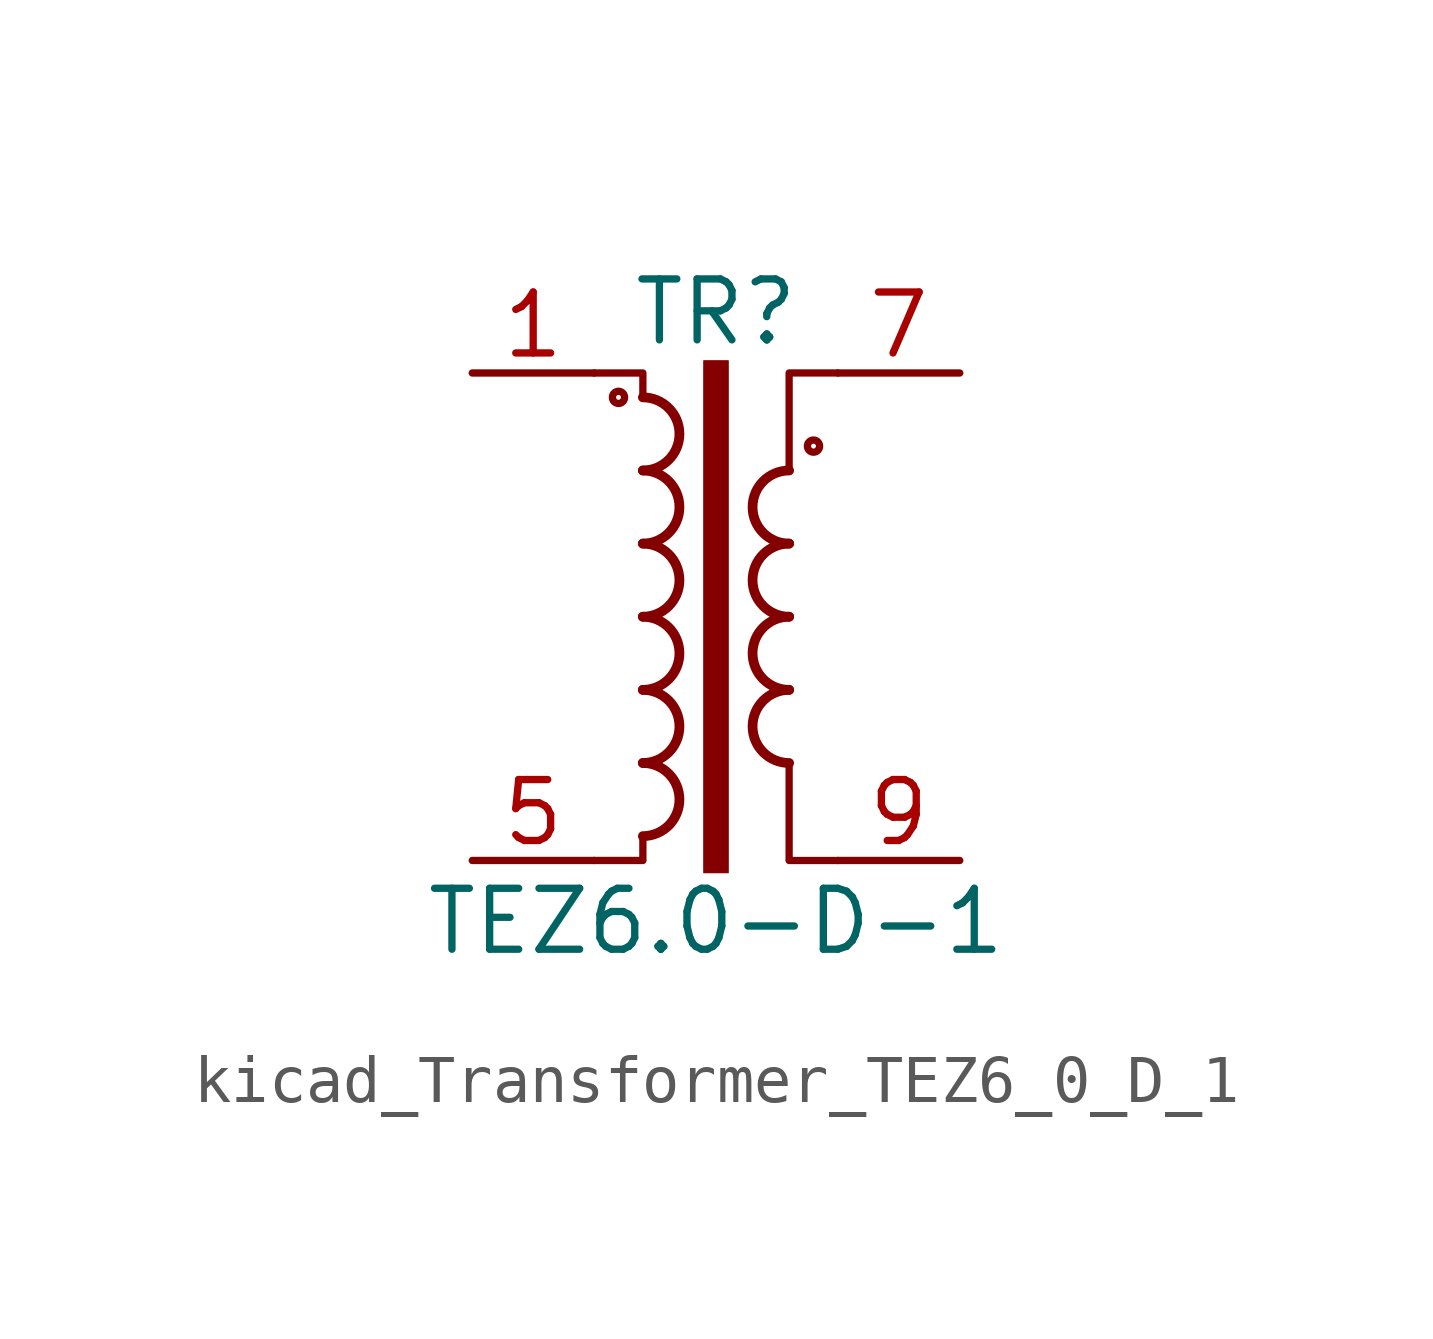
<source format=kicad_sym>
(kicad_symbol_lib
  (version 20220914)
  (generator kicad_symbol_editor)
  (symbol "kicad_Transformer_TEZ6_0_D_1"
    (pin_names
      (offset 0.025))
    (property "Reference" "TR"
      (at 0 6.35 0)
      (effects (font (size 1.27 1.27))))
    (property "Value" "TEZ6.0-D-1"
      (at 0 -6.35 0)
      (effects (font (size 1.27 1.27))))
    (symbol "kicad_Transformer_TEZ6_0_D_1_0_1"
      (circle (center -2.032 4.572) (radius 0.127) (stroke (width 0) (type default)) (fill (type none)))
      (arc (start -1.524 -4.572) (mid -0.7653 -3.81) (end -1.524 -3.048) (stroke (width 0.2032) (type default)) (fill (type none)))
      (arc (start -1.524 -3.048) (mid -0.7653 -2.286) (end -1.524 -1.524) (stroke (width 0.2032) (type default)) (fill (type none)))
      (arc (start -1.524 -1.524) (mid -0.7653 -0.762) (end -1.524 0) (stroke (width 0.2032) (type default)) (fill (type none)))
      (arc (start -1.524 0) (mid -0.7653 0.762) (end -1.524 1.524) (stroke (width 0.2032) (type default)) (fill (type none)))
      (arc (start -1.524 1.524) (mid -0.7653 2.286) (end -1.524 3.048) (stroke (width 0.2032) (type default)) (fill (type none)))
      (arc (start -1.524 3.048) (mid -0.7653 3.81) (end -1.524 4.572) (stroke (width 0.2032) (type default)) (fill (type none)))
      (rectangle (start -0.254 5.334) (end 0.254 -5.334) (stroke (width 0.025) (type default)) (fill (type outline)))
      (polyline (pts (xy -1.524 -4.572) (xy -1.524 -5.08) (xy -2.54 -5.08)) (stroke (width 0) (type default)) (fill (type none)))
      (polyline (pts (xy -1.524 4.572) (xy -1.524 5.08) (xy -2.54 5.08)) (stroke (width 0) (type default)) (fill (type none)))
      (polyline (pts (xy 1.524 3.048) (xy 1.524 5.08) (xy 2.54 5.08) (xy 2.54 5.08)) (stroke (width 0.152) (type default)) (fill (type none)))
      (polyline (pts (xy 2.54 -5.08) (xy 1.524 -5.08) (xy 1.524 -3.048) (xy 1.524 -3.048)) (stroke (width 0.152) (type default)) (fill (type none)))
      (arc (start 1.524 -1.524) (mid 0.7653 -2.286) (end 1.524 -3.048) (stroke (width 0.2032) (type default)) (fill (type none)))
      (arc (start 1.524 0) (mid 0.7653 -0.762) (end 1.524 -1.524) (stroke (width 0.2032) (type default)) (fill (type none)))
      (arc (start 1.524 1.524) (mid 0.7653 0.762) (end 1.524 0) (stroke (width 0.2032) (type default)) (fill (type none)))
      (arc (start 1.524 3.048) (mid 0.7653 2.286) (end 1.524 1.524) (stroke (width 0.2032) (type default)) (fill (type none)))
      (circle (center 2.032 3.556) (radius 0.127) (stroke (width 0) (type default)) (fill (type none))))
    (symbol "kicad_Transformer_TEZ6_0_D_1_1_1"
      (pin passive line (at -5.08 5.08 0) (length 2.54) (name "~" (effects (font (size 1.27 1.27)))) (number "1" (effects (font (size 1.27 1.27)))))
      (pin passive line (at -5.08 -5.08 0) (length 2.54) (name "~" (effects (font (size 1.27 1.27)))) (number "5" (effects (font (size 1.27 1.27)))))
      (pin passive line (at 5.08 5.08 180) (length 2.54) (name "~" (effects (font (size 1.27 1.27)))) (number "7" (effects (font (size 1.27 1.27)))))
      (pin passive line (at 5.08 -5.08 180) (length 2.54) (name "~" (effects (font (size 1.27 1.27)))) (number "9" (effects (font (size 1.27 1.27))))))))
</source>
